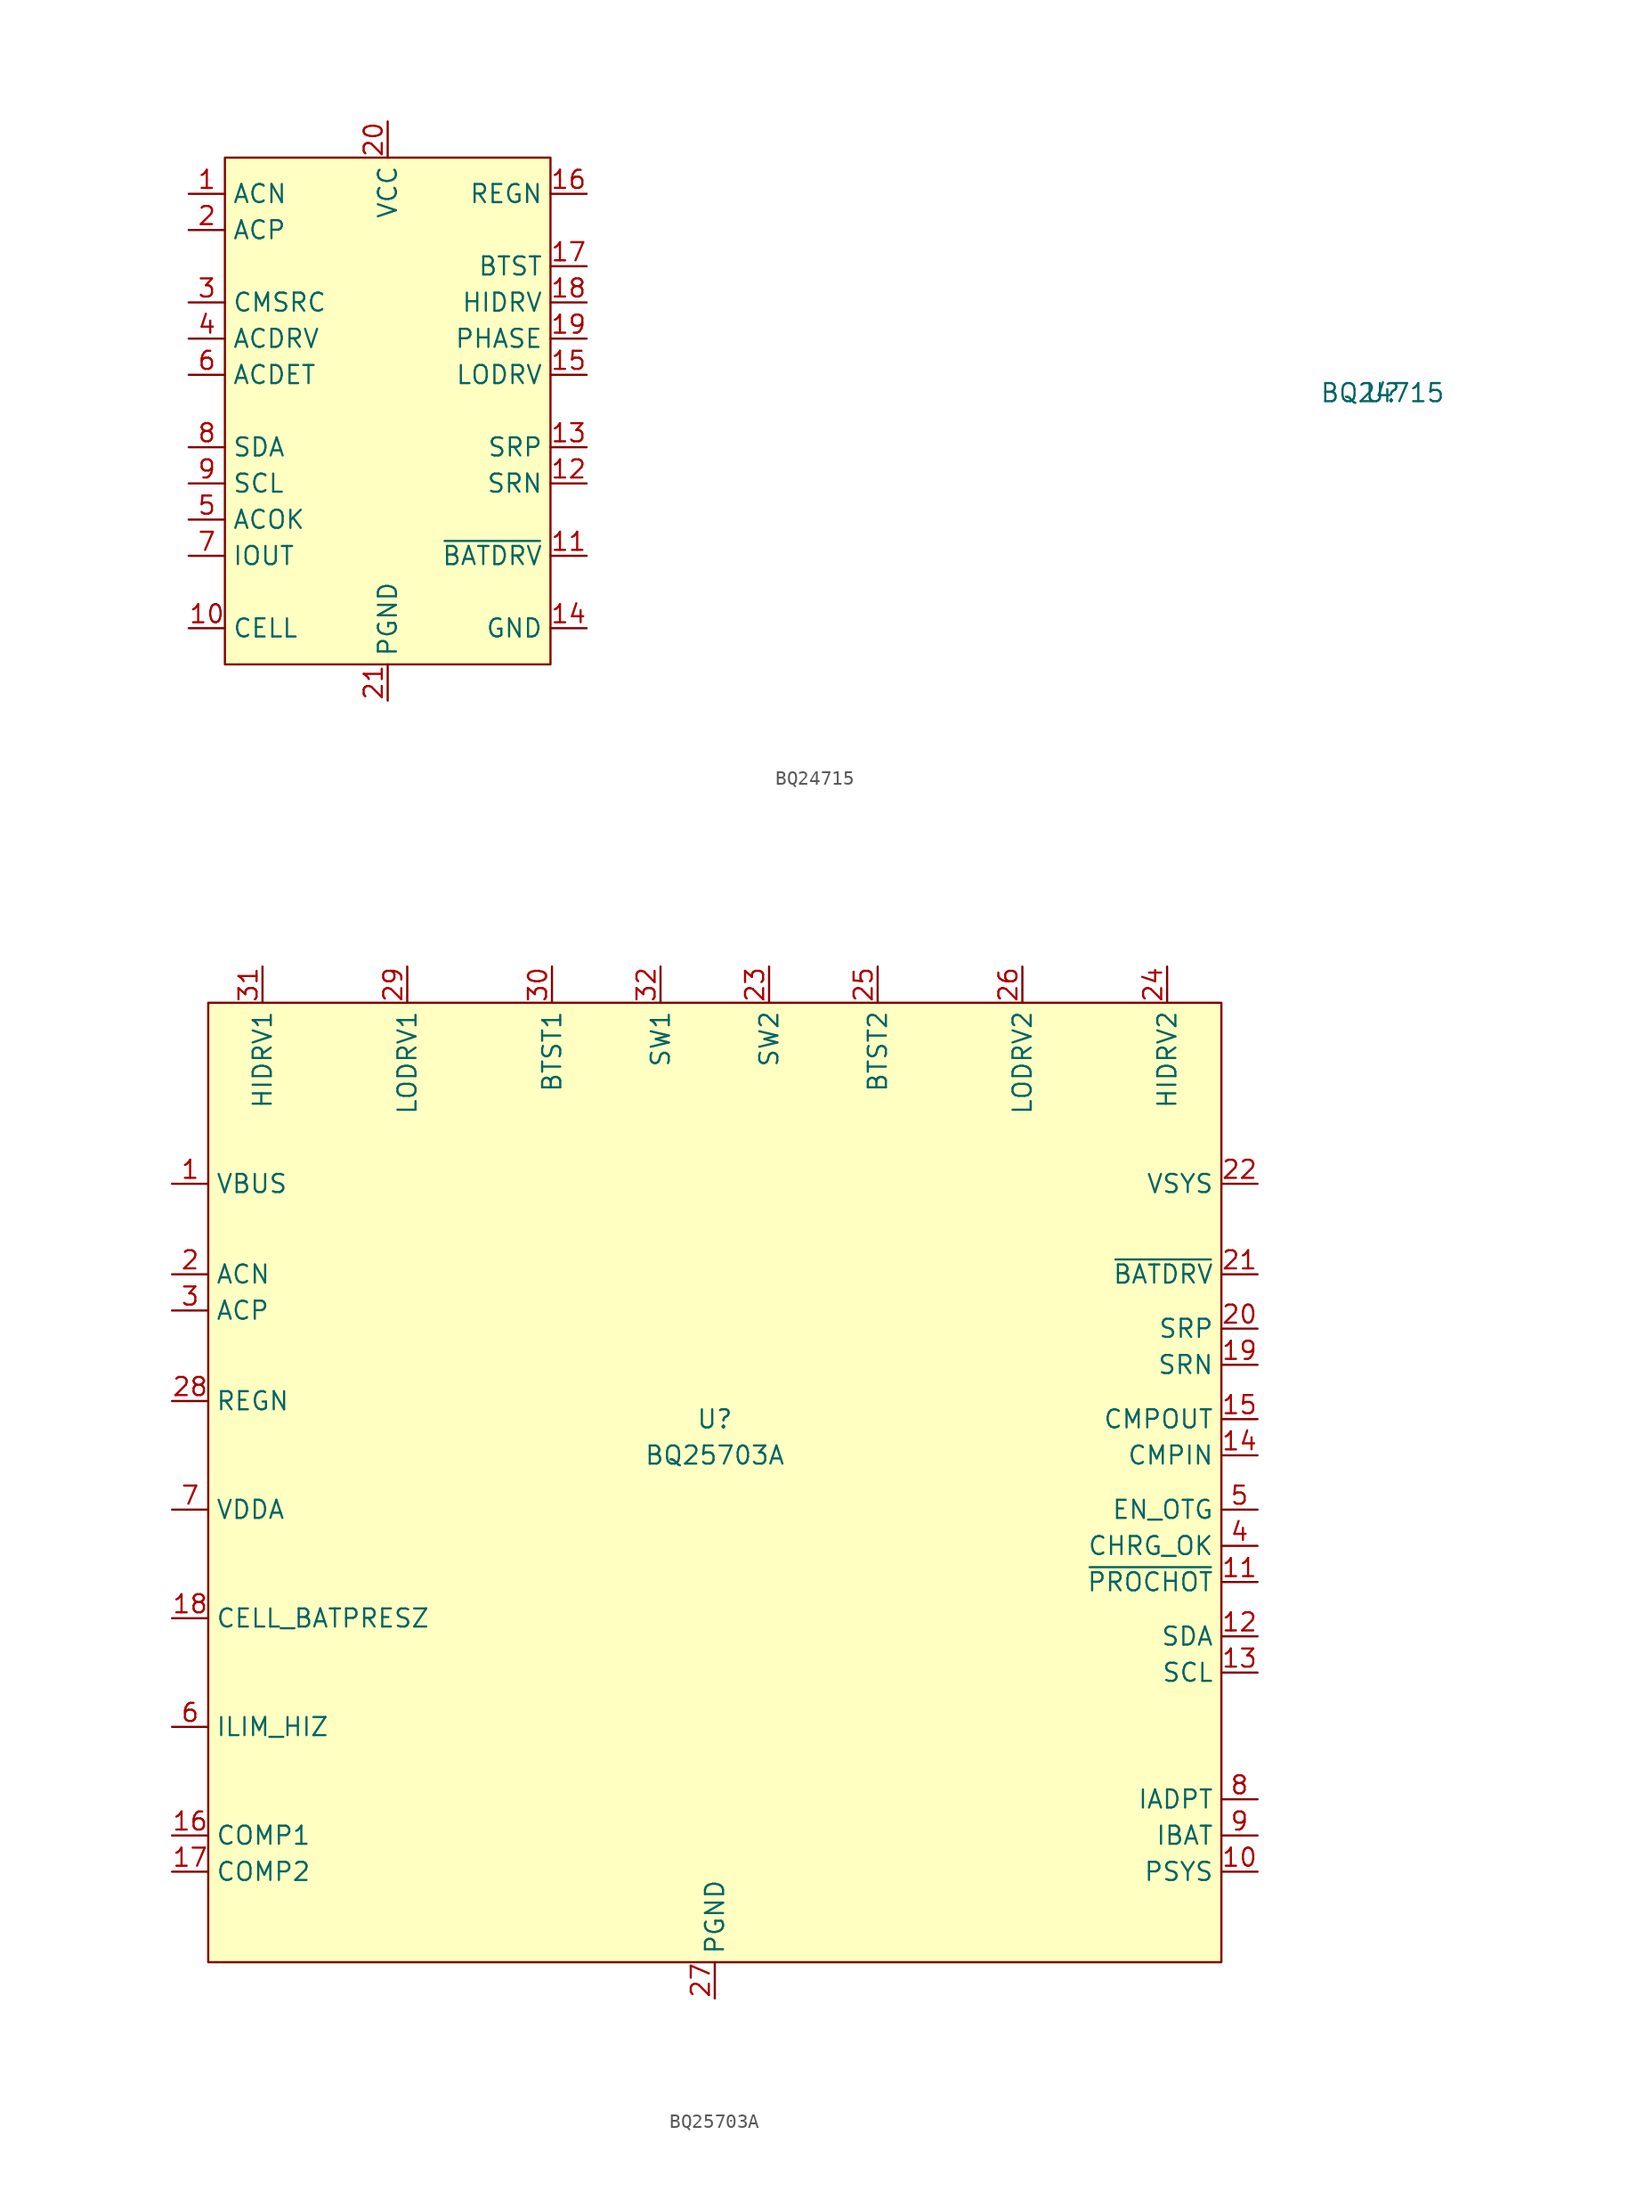
<source format=kicad_sym>
(kicad_symbol_lib
  (version 20220914)
  (generator kicad_symbol_editor)
  (symbol "BQ24715"
    (property "Reference" "U"
      (at 69.85 1.27 0)
      (effects (font (size 1.27 1.27))))
    (property "Value" "BQ24715"
      (at 69.85 1.27 0)
      (effects (font (size 1.27 1.27))))
    (symbol "BQ24715_0_0"
      (pin input line (at -13.97 15.24 0) (length 2.54) (name "ACN" (effects (font (size 1.27 1.27)))) (number "1" (effects (font (size 1.27 1.27)))))
      (pin input line (at -13.97 -15.24 0) (length 2.54) (name "CELL" (effects (font (size 1.27 1.27)))) (number "10" (effects (font (size 1.27 1.27)))))
      (pin output line (at 13.97 -10.16 180) (length 2.54) (name "~{BATDRV}" (effects (font (size 1.27 1.27)))) (number "11" (effects (font (size 1.27 1.27)))))
      (pin input line (at 13.97 -5.08 180) (length 2.54) (name "SRN" (effects (font (size 1.27 1.27)))) (number "12" (effects (font (size 1.27 1.27)))))
      (pin input line (at 13.97 -2.54 180) (length 2.54) (name "SRP" (effects (font (size 1.27 1.27)))) (number "13" (effects (font (size 1.27 1.27)))))
      (pin power_in line (at 13.97 -15.24 180) (length 2.54) (name "GND" (effects (font (size 1.27 1.27)))) (number "14" (effects (font (size 1.27 1.27)))))
      (pin output line (at 13.97 2.54 180) (length 2.54) (name "LODRV" (effects (font (size 1.27 1.27)))) (number "15" (effects (font (size 1.27 1.27)))))
      (pin output line (at 13.97 15.24 180) (length 2.54) (name "REGN" (effects (font (size 1.27 1.27)))) (number "16" (effects (font (size 1.27 1.27)))))
      (pin input line (at 13.97 10.16 180) (length 2.54) (name "BTST" (effects (font (size 1.27 1.27)))) (number "17" (effects (font (size 1.27 1.27)))))
      (pin output line (at 13.97 7.62 180) (length 2.54) (name "HIDRV" (effects (font (size 1.27 1.27)))) (number "18" (effects (font (size 1.27 1.27)))))
      (pin input line (at 13.97 5.08 180) (length 2.54) (name "PHASE" (effects (font (size 1.27 1.27)))) (number "19" (effects (font (size 1.27 1.27)))))
      (pin input line (at -13.97 12.7 0) (length 2.54) (name "ACP" (effects (font (size 1.27 1.27)))) (number "2" (effects (font (size 1.27 1.27)))))
      (pin power_in line (at 0 20.32 270) (length 2.54) (name "VCC" (effects (font (size 1.27 1.27)))) (number "20" (effects (font (size 1.27 1.27)))))
      (pin power_in line (at 0 -20.32 90) (length 2.54) (name "PGND" (effects (font (size 1.27 1.27)))) (number "21" (effects (font (size 1.27 1.27)))))
      (pin input line (at -13.97 7.62 0) (length 2.54) (name "CMSRC" (effects (font (size 1.27 1.27)))) (number "3" (effects (font (size 1.27 1.27)))))
      (pin output line (at -13.97 5.08 0) (length 2.54) (name "ACDRV" (effects (font (size 1.27 1.27)))) (number "4" (effects (font (size 1.27 1.27)))))
      (pin output line (at -13.97 -7.62 0) (length 2.54) (name "ACOK" (effects (font (size 1.27 1.27)))) (number "5" (effects (font (size 1.27 1.27)))))
      (pin input line (at -13.97 2.54 0) (length 2.54) (name "ACDET" (effects (font (size 1.27 1.27)))) (number "6" (effects (font (size 1.27 1.27)))))
      (pin output line (at -13.97 -10.16 0) (length 2.54) (name "IOUT" (effects (font (size 1.27 1.27)))) (number "7" (effects (font (size 1.27 1.27)))))
      (pin bidirectional line (at -13.97 -2.54 0) (length 2.54) (name "SDA" (effects (font (size 1.27 1.27)))) (number "8" (effects (font (size 1.27 1.27)))))
      (pin input line (at -13.97 -5.08 0) (length 2.54) (name "SCL" (effects (font (size 1.27 1.27)))) (number "9" (effects (font (size 1.27 1.27))))))
    (symbol "BQ24715_0_1"
      (rectangle (start -11.43 17.78) (end 11.43 -17.78) (stroke (width 0) (type default)) (fill (type background)))))
  (symbol "BQ25703A"
    (property "Reference" "U"
      (at 0 2.54 0)
      (effects (font (size 1.27 1.27))))
    (property "Value" "BQ25703A"
      (at 0 0 0)
      (effects (font (size 1.27 1.27))))
    (symbol "BQ25703A_0_0"
      (pin power_in line (at -38.1 19.05 0) (length 2.54) (name "VBUS" (effects (font (size 1.27 1.27)))) (number "1" (effects (font (size 1.27 1.27)))))
      (pin output line (at 38.1 -29.21 180) (length 2.54) (name "PSYS" (effects (font (size 1.27 1.27)))) (number "10" (effects (font (size 1.27 1.27)))))
      (pin open_collector line (at 38.1 -8.89 180) (length 2.54) (name "~{PROCHOT}" (effects (font (size 1.27 1.27)))) (number "11" (effects (font (size 1.27 1.27)))))
      (pin bidirectional line (at 38.1 -12.7 180) (length 2.54) (name "SDA" (effects (font (size 1.27 1.27)))) (number "12" (effects (font (size 1.27 1.27)))))
      (pin input line (at 38.1 -15.24 180) (length 2.54) (name "SCL" (effects (font (size 1.27 1.27)))) (number "13" (effects (font (size 1.27 1.27)))))
      (pin input line (at 38.1 0 180) (length 2.54) (name "CMPIN" (effects (font (size 1.27 1.27)))) (number "14" (effects (font (size 1.27 1.27)))))
      (pin output line (at 38.1 2.54 180) (length 2.54) (name "CMPOUT" (effects (font (size 1.27 1.27)))) (number "15" (effects (font (size 1.27 1.27)))))
      (pin input line (at -38.1 -26.67 0) (length 2.54) (name "COMP1" (effects (font (size 1.27 1.27)))) (number "16" (effects (font (size 1.27 1.27)))))
      (pin input line (at -38.1 -29.21 0) (length 2.54) (name "COMP2" (effects (font (size 1.27 1.27)))) (number "17" (effects (font (size 1.27 1.27)))))
      (pin input line (at -38.1 -11.43 0) (length 2.54) (name "CELL_BATPRESZ" (effects (font (size 1.27 1.27)))) (number "18" (effects (font (size 1.27 1.27)))))
      (pin input line (at 38.1 6.35 180) (length 2.54) (name "SRN" (effects (font (size 1.27 1.27)))) (number "19" (effects (font (size 1.27 1.27)))))
      (pin input line (at -38.1 12.7 0) (length 2.54) (name "ACN" (effects (font (size 1.27 1.27)))) (number "2" (effects (font (size 1.27 1.27)))))
      (pin input line (at 38.1 8.89 180) (length 2.54) (name "SRP" (effects (font (size 1.27 1.27)))) (number "20" (effects (font (size 1.27 1.27)))))
      (pin output line (at 38.1 12.7 180) (length 2.54) (name "~{BATDRV}" (effects (font (size 1.27 1.27)))) (number "21" (effects (font (size 1.27 1.27)))))
      (pin input line (at 38.1 19.05 180) (length 2.54) (name "VSYS" (effects (font (size 1.27 1.27)))) (number "22" (effects (font (size 1.27 1.27)))))
      (pin output line (at 3.81 34.29 270) (length 2.54) (name "SW2" (effects (font (size 1.27 1.27)))) (number "23" (effects (font (size 1.27 1.27)))))
      (pin output line (at 31.75 34.29 270) (length 2.54) (name "HIDRV2" (effects (font (size 1.27 1.27)))) (number "24" (effects (font (size 1.27 1.27)))))
      (pin input line (at 11.43 34.29 270) (length 2.54) (name "BTST2" (effects (font (size 1.27 1.27)))) (number "25" (effects (font (size 1.27 1.27)))))
      (pin output line (at 21.59 34.29 270) (length 2.54) (name "LODRV2" (effects (font (size 1.27 1.27)))) (number "26" (effects (font (size 1.27 1.27)))))
      (pin power_in line (at 0 -38.1 90) (length 2.54) (name "PGND" (effects (font (size 1.27 1.27)))) (number "27" (effects (font (size 1.27 1.27)))))
      (pin power_in line (at -38.1 3.81 0) (length 2.54) (name "REGN" (effects (font (size 1.27 1.27)))) (number "28" (effects (font (size 1.27 1.27)))))
      (pin output line (at -21.59 34.29 270) (length 2.54) (name "LODRV1" (effects (font (size 1.27 1.27)))) (number "29" (effects (font (size 1.27 1.27)))))
      (pin input line (at -38.1 10.16 0) (length 2.54) (name "ACP" (effects (font (size 1.27 1.27)))) (number "3" (effects (font (size 1.27 1.27)))))
      (pin input line (at -11.43 34.29 270) (length 2.54) (name "BTST1" (effects (font (size 1.27 1.27)))) (number "30" (effects (font (size 1.27 1.27)))))
      (pin output line (at -31.75 34.29 270) (length 2.54) (name "HIDRV1" (effects (font (size 1.27 1.27)))) (number "31" (effects (font (size 1.27 1.27)))))
      (pin output line (at -3.81 34.29 270) (length 2.54) (name "SW1" (effects (font (size 1.27 1.27)))) (number "32" (effects (font (size 1.27 1.27)))))
      (pin output line (at 38.1 -6.35 180) (length 2.54) (name "CHRG_OK" (effects (font (size 1.27 1.27)))) (number "4" (effects (font (size 1.27 1.27)))))
      (pin input line (at 38.1 -3.81 180) (length 2.54) (name "EN_OTG" (effects (font (size 1.27 1.27)))) (number "5" (effects (font (size 1.27 1.27)))))
      (pin input line (at -38.1 -19.05 0) (length 2.54) (name "ILIM_HIZ" (effects (font (size 1.27 1.27)))) (number "6" (effects (font (size 1.27 1.27)))))
      (pin power_in line (at -38.1 -3.81 0) (length 2.54) (name "VDDA" (effects (font (size 1.27 1.27)))) (number "7" (effects (font (size 1.27 1.27)))))
      (pin output line (at 38.1 -24.13 180) (length 2.54) (name "IADPT" (effects (font (size 1.27 1.27)))) (number "8" (effects (font (size 1.27 1.27)))))
      (pin output line (at 38.1 -26.67 180) (length 2.54) (name "IBAT" (effects (font (size 1.27 1.27)))) (number "9" (effects (font (size 1.27 1.27))))))
    (symbol "BQ25703A_1_0"
      (pin power_in line (at 0 -38.1 90) (length 2.54) hide (name "PGND" (effects (font (size 1.27 1.27)))) (number "33" (effects (font (size 1.27 1.27))))))
    (symbol "BQ25703A_1_1"
      (rectangle (start -35.56 31.75) (end 35.56 -35.56) (stroke (width 0) (type default)) (fill (type background))))))
</source>
